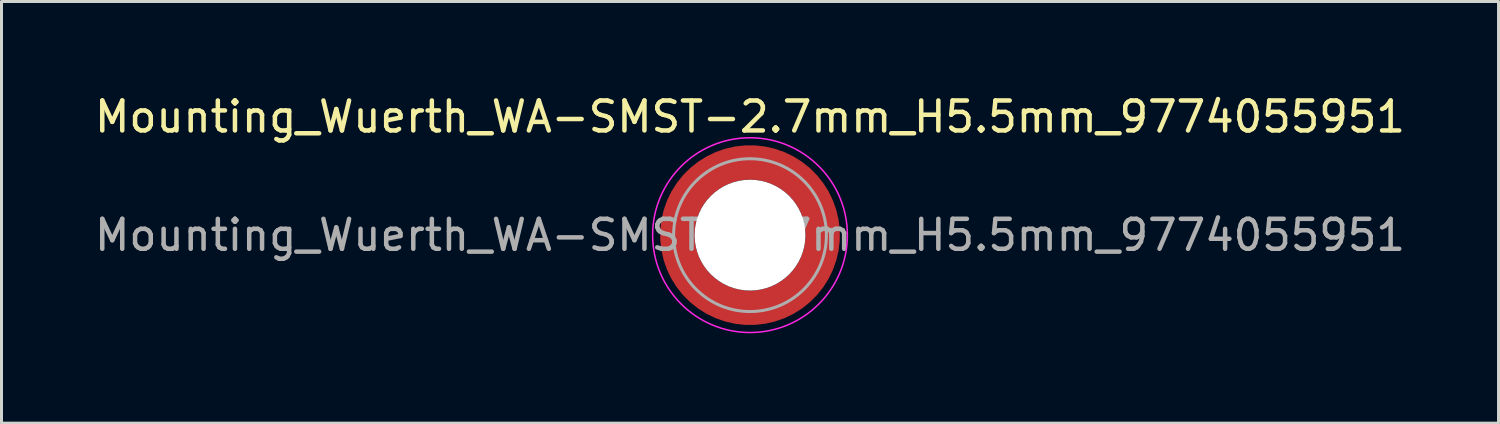
<source format=kicad_pcb>
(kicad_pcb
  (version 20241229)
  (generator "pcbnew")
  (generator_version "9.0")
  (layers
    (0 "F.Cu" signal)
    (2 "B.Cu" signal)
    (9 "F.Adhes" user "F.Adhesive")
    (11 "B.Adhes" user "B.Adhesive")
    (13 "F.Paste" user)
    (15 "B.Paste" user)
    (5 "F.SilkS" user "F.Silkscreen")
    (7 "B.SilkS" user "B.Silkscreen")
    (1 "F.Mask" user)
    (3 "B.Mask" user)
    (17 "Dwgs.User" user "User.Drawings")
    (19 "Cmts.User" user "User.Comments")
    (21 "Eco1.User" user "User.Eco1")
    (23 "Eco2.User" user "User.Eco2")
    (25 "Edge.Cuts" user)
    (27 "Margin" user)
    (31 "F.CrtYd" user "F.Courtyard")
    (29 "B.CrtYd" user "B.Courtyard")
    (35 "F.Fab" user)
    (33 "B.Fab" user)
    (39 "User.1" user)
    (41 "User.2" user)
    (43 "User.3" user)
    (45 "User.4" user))
  (footprint "Mounting_Wuerth_WA-SMST-2.7mm_H5.5mm_9774055951"
    (layer "F.Cu")
    (at 21.982 4.798)
    (property "Reference" "Mounting_Wuerth_WA-SMST-2.7mm_H5.5mm_9774055951" (at 0 -3.95 0) (layer "F.SilkS") (effects (font (size 1 1) (thickness 0.15))))
    (attr smd)
    (fp_circle (center 0 0) (end 3.25 0) (stroke (width 0.05) (type solid)) (fill no) (layer "F.CrtYd"))
    (fp_circle (center 0 0) (end 2.55 0) (stroke (width 0.1) (type solid)) (fill no) (layer "F.Fab"))
    (fp_text user "${REFERENCE}" (at 0 0 0) (layer "F.Fab") (effects (font (size 1 1) (thickness 0.15))))
    (pad "" smd custom (at -1.704 -1.704) (size 0.62 0.62) (layers "F.Paste") (options (anchor circle)) (primitives (gr_arc (start -0.250195 1.279127) (mid 0.289914 0.289914) (end 1.279127 -0.250195) (width 0.2)) (gr_arc (start -0.34334 1.279127) (mid 0.225488 0.225488) (end 1.279127 -0.34334) (width 0.2)) (gr_arc (start -0.436309 1.279127) (mid 0.161063 0.161063) (end 1.279127 -0.436309) (width 0.2)) (gr_arc (start -0.529126 1.279127) (mid 0.096638 0.096638) (end 1.279127 -0.529126) (width 0.2)) (gr_arc (start -0.621807 1.279127) (mid 0.032213 0.032213) (end 1.279127 -0.621807) (width 0.2)) (gr_arc (start -0.71437 1.279127) (mid -0.032213 -0.032213) (end 1.279127 -0.71437) (width 0.2)) (gr_arc (start -0.806826 1.279127) (mid -0.096638 -0.096638) (end 1.279127 -0.806826) (width 0.2)) (gr_arc (start -0.899187 1.279127) (mid -0.161063 -0.161063) (end 1.279127 -0.899187) (width 0.2)) (gr_arc (start -0.991463 1.279127) (mid -0.225488 -0.225488) (end 1.279127 -0.991463) (width 0.2)) (gr_arc (start -1.083663 1.279127) (mid -0.289914 -0.289914) (end 1.279127 -1.083663) (width 0.2)) (gr_line (start 1.279 -0.25) (end 1.279 -1.084) (width 0.2)) (gr_line (start -0.25 1.279) (end -1.084 1.279) (width 0.2))))
    (pad "" smd custom (at -1.704 1.704) (size 0.62 0.62) (layers "F.Paste") (options (anchor circle)) (primitives (gr_arc (start 1.279127 0.250195) (mid 0.289914 -0.289914) (end -0.250195 -1.279127) (width 0.2)) (gr_arc (start 1.279127 0.34334) (mid 0.225488 -0.225488) (end -0.34334 -1.279127) (width 0.2)) (gr_arc (start 1.279127 0.436309) (mid 0.161063 -0.161063) (end -0.436309 -1.279127) (width 0.2)) (gr_arc (start 1.279127 0.529126) (mid 0.096638 -0.096638) (end -0.529126 -1.279127) (width 0.2)) (gr_arc (start 1.279127 0.621807) (mid 0.032213 -0.032213) (end -0.621807 -1.279127) (width 0.2)) (gr_arc (start 1.279127 0.71437) (mid -0.032213 0.032213) (end -0.71437 -1.279127) (width 0.2)) (gr_arc (start 1.279127 0.806826) (mid -0.096638 0.096638) (end -0.806826 -1.279127) (width 0.2)) (gr_arc (start 1.279127 0.899187) (mid -0.161063 0.161063) (end -0.899187 -1.279127) (width 0.2)) (gr_arc (start 1.279127 0.991463) (mid -0.225488 0.225488) (end -0.991463 -1.279127) (width 0.2)) (gr_arc (start 1.279127 1.083663) (mid -0.289914 0.289914) (end -1.083663 -1.279127) (width 0.2)) (gr_line (start -0.25 -1.279) (end -1.084 -1.279) (width 0.2)) (gr_line (start 1.279 0.25) (end 1.279 1.084) (width 0.2))))
    (pad "" np_thru_hole circle (at 0 0) (size 3.7 3.7) (drill 3.7) (layers "*.Cu" "*.Mask"))
    (pad "" smd custom (at 1.704 -1.704) (size 0.62 0.62) (layers "F.Paste") (options (anchor circle)) (primitives (gr_arc (start -1.279127 -0.250195) (mid -0.289914 0.289914) (end 0.250195 1.279127) (width 0.2)) (gr_arc (start -1.279127 -0.34334) (mid -0.225488 0.225488) (end 0.34334 1.279127) (width 0.2)) (gr_arc (start -1.279127 -0.436309) (mid -0.161063 0.161063) (end 0.436309 1.279127) (width 0.2)) (gr_arc (start -1.279127 -0.529126) (mid -0.096638 0.096638) (end 0.529126 1.279127) (width 0.2)) (gr_arc (start -1.279127 -0.621807) (mid -0.032213 0.032213) (end 0.621807 1.279127) (width 0.2)) (gr_arc (start -1.279127 -0.71437) (mid 0.032213 -0.032213) (end 0.71437 1.279127) (width 0.2)) (gr_arc (start -1.279127 -0.806826) (mid 0.096638 -0.096638) (end 0.806826 1.279127) (width 0.2)) (gr_arc (start -1.279127 -0.899187) (mid 0.161063 -0.161063) (end 0.899187 1.279127) (width 0.2)) (gr_arc (start -1.279127 -0.991463) (mid 0.225488 -0.225488) (end 0.991463 1.279127) (width 0.2)) (gr_arc (start -1.279127 -1.083663) (mid 0.289914 -0.289914) (end 1.083663 1.279127) (width 0.2)) (gr_line (start 0.25 1.279) (end 1.084 1.279) (width 0.2)) (gr_line (start -1.279 -0.25) (end -1.279 -1.084) (width 0.2))))
    (pad "" smd custom (at 1.704 1.704) (size 0.62 0.62) (layers "F.Paste") (options (anchor circle)) (primitives (gr_arc (start 0.250195 -1.279127) (mid -0.289914 -0.289914) (end -1.279127 0.250195) (width 0.2)) (gr_arc (start 0.34334 -1.279127) (mid -0.225488 -0.225488) (end -1.279127 0.34334) (width 0.2)) (gr_arc (start 0.436309 -1.279127) (mid -0.161063 -0.161063) (end -1.279127 0.436309) (width 0.2)) (gr_arc (start 0.529126 -1.279127) (mid -0.096638 -0.096638) (end -1.279127 0.529126) (width 0.2)) (gr_arc (start 0.621807 -1.279127) (mid -0.032213 -0.032213) (end -1.279127 0.621807) (width 0.2)) (gr_arc (start 0.71437 -1.279127) (mid 0.032213 0.032213) (end -1.279127 0.71437) (width 0.2)) (gr_arc (start 0.806826 -1.279127) (mid 0.096638 0.096638) (end -1.279127 0.806826) (width 0.2)) (gr_arc (start 0.899187 -1.279127) (mid 0.161063 0.161063) (end -1.279127 0.899187) (width 0.2)) (gr_arc (start 0.991463 -1.279127) (mid 0.225488 0.225488) (end -1.279127 0.991463) (width 0.2)) (gr_arc (start 1.083663 -1.279127) (mid 0.289914 0.289914) (end -1.279127 1.083663) (width 0.2)) (gr_line (start -1.279 0.25) (end -1.279 1.084) (width 0.2)) (gr_line (start 0.25 -1.279) (end 1.084 -1.279) (width 0.2))))
    (pad "1" smd circle (at -2.425 0) (size 0.75 0.75) (layers "F.Cu"))
    (pad "1" smd circle (at 0 -2.425) (size 0.75 0.75) (layers "F.Cu"))
    (pad "1" smd circle (at 0 2.425) (size 0.75 0.75) (layers "F.Cu"))
    (pad "1" smd custom (at 2.425 0) (size 0.75 0.75) (layers "F.Cu" "F.Mask") (options (anchor circle)) (primitives (gr_circle (center -2.425 0) (end 0 0) (width 1.15) (fill no)))))
  (gr_rect
    (start -3 -3)
    (end 46.964 11.073)
    (stroke (width 0.1) (type default))
    (fill no)
    (layer "Edge.Cuts")))
</source>
